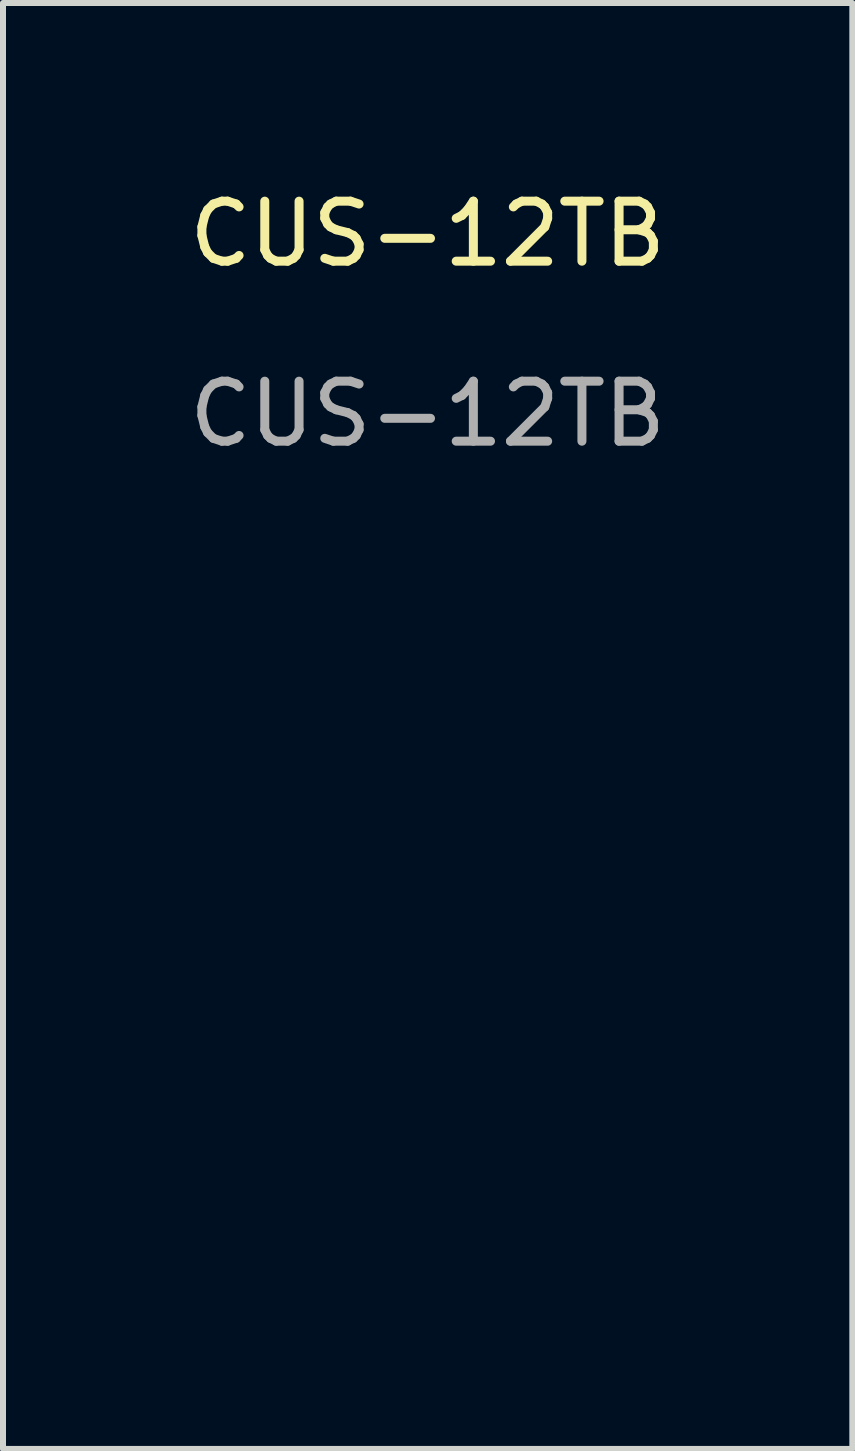
<source format=kicad_pcb>
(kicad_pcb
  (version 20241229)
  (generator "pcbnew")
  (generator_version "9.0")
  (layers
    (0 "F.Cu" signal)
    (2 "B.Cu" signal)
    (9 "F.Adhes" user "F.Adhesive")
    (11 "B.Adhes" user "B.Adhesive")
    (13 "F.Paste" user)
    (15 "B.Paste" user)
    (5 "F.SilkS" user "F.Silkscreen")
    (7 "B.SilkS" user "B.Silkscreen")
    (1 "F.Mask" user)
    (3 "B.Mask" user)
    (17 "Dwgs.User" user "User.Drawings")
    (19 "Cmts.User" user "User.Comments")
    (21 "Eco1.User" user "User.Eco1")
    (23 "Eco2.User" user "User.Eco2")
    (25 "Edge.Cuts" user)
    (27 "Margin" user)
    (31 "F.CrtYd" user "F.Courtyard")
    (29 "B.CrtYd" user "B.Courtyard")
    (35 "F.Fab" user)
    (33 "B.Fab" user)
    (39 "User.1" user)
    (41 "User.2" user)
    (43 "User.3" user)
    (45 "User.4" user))
  (footprint "CUS-12TB"
    (layer "F.Cu")
    (at 4.077 17.848)
    (property "Reference" "CUS-12TB" (at 0 -17 0) (unlocked yes) (layer "F.SilkS") (effects (font (size 1 1) (thickness 0.15))))
    (attr smd)
    (fp_text user "${REFERENCE}" (at 0 -14 0) (unlocked yes) (layer "F.Fab") (effects (font (size 1 1) (thickness 0.15)))))
  (gr_rect
    (start -3 -3)
    (end 11.155 21.098)
    (stroke (width 0.1) (type default))
    (fill no)
    (layer "Edge.Cuts")))
</source>
